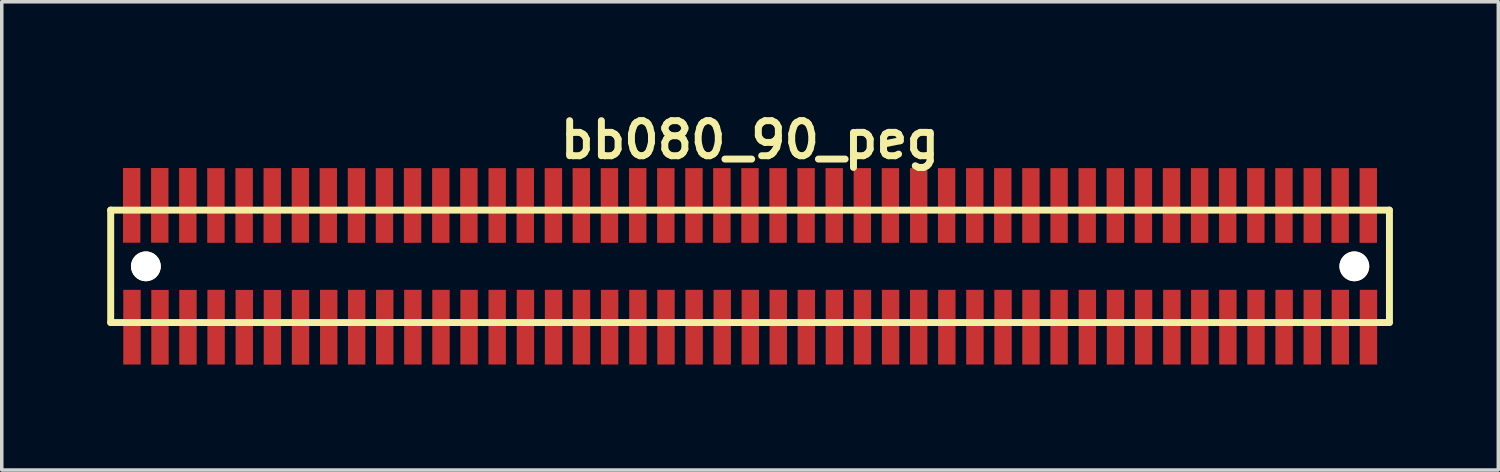
<source format=kicad_pcb>
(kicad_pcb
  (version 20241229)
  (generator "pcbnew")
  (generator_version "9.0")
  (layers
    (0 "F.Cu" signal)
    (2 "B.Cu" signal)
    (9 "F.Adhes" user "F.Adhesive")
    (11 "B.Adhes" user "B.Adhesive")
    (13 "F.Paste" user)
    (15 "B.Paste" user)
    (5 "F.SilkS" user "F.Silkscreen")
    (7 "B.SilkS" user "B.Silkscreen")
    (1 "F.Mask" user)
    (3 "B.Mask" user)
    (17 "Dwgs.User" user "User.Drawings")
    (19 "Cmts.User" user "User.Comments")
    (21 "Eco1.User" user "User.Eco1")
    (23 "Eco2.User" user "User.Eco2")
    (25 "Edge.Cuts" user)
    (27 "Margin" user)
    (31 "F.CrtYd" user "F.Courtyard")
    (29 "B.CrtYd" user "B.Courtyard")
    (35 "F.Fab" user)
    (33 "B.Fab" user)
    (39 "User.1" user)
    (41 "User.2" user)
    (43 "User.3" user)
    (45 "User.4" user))
  (footprint "bb080_90_peg"
    (layer "F.Cu")
    (at 18.298 4.531)
    (property "Reference" "bb080_90_peg" (at 0 -3.599 0) (layer "F.SilkS") (effects (font (size 0.998 0.998) (thickness 0.198))))
    (attr smd)
    (fp_line (start -18.199 -1.6) (end 18.199 -1.6) (stroke (width 0.198) (type solid)) (layer "F.SilkS"))
    (fp_line (start -18.197 -1.6) (end -18.197 1.6) (stroke (width 0.198) (type solid)) (layer "F.SilkS"))
    (fp_line (start 18.199 1.6) (end -18.199 1.6) (stroke (width 0.198) (type solid)) (layer "F.SilkS"))
    (fp_line (start 18.202 1.6) (end 18.202 -1.6) (stroke (width 0.198) (type solid)) (layer "F.SilkS"))
    (pad "" np_thru_hole circle (at -17.196 0) (size 0.848 0.848) (drill 0.848) (layers "*.Cu" "*.Mask" "F.SilkS"))
    (pad "" np_thru_hole circle (at 17.203 0) (size 0.848 0.848) (drill 0.848) (layers "*.Cu" "*.Mask" "F.SilkS"))
    (pad "1" smd rect (at -17.592 1.732) (size 0.495 2.126) (layers "F.Cu" "F.Mask" "F.Paste"))
    (pad "2" smd rect (at -17.6 -1.735) (size 0.495 2.126) (layers "F.Cu" "F.Mask" "F.Paste"))
    (pad "3" smd rect (at -16.794 1.735) (size 0.495 2.126) (layers "F.Cu" "F.Mask" "F.Paste"))
    (pad "4" smd rect (at -16.8 -1.735) (size 0.495 2.126) (layers "F.Cu" "F.Mask" "F.Paste"))
    (pad "5" smd rect (at -15.997 1.735) (size 0.495 2.126) (layers "F.Cu" "F.Mask" "F.Paste"))
    (pad "6" smd rect (at -16.002 -1.735) (size 0.495 2.126) (layers "F.Cu" "F.Mask" "F.Paste"))
    (pad "7" smd rect (at -15.197 1.732) (size 0.495 2.126) (layers "F.Cu" "F.Mask" "F.Paste"))
    (pad "8" smd rect (at -15.202 -1.732) (size 0.495 2.126) (layers "F.Cu" "F.Mask" "F.Paste"))
    (pad "9" smd rect (at -14.394 1.735) (size 0.495 2.126) (layers "F.Cu" "F.Mask" "F.Paste"))
    (pad "10" smd rect (at -14.399 -1.732) (size 0.495 2.126) (layers "F.Cu" "F.Mask" "F.Paste"))
    (pad "11" smd rect (at -13.594 1.735) (size 0.495 2.126) (layers "F.Cu" "F.Mask" "F.Paste"))
    (pad "12" smd rect (at -13.599 -1.732) (size 0.495 2.126) (layers "F.Cu" "F.Mask" "F.Paste"))
    (pad "13" smd rect (at -12.794 1.735) (size 0.495 2.126) (layers "F.Cu" "F.Mask" "F.Paste"))
    (pad "14" smd rect (at -12.797 -1.735) (size 0.495 2.126) (layers "F.Cu" "F.Mask" "F.Paste"))
    (pad "15" smd rect (at -11.991 1.732) (size 0.495 2.126) (layers "F.Cu" "F.Mask" "F.Paste"))
    (pad "16" smd rect (at -12.002 -1.732) (size 0.495 2.126) (layers "F.Cu" "F.Mask" "F.Paste"))
    (pad "17" smd rect (at -11.196 1.732) (size 0.495 2.126) (layers "F.Cu" "F.Mask" "F.Paste"))
    (pad "18" smd rect (at -11.201 -1.732) (size 0.495 2.126) (layers "F.Cu" "F.Mask" "F.Paste"))
    (pad "19" smd rect (at -10.396 1.732) (size 0.495 2.126) (layers "F.Cu" "F.Mask" "F.Paste"))
    (pad "20" smd rect (at -10.404 -1.732) (size 0.495 2.126) (layers "F.Cu" "F.Mask" "F.Paste"))
    (pad "21" smd rect (at -9.596 1.732) (size 0.495 2.126) (layers "F.Cu" "F.Mask" "F.Paste"))
    (pad "22" smd rect (at -9.604 -1.732) (size 0.495 2.126) (layers "F.Cu" "F.Mask" "F.Paste"))
    (pad "23" smd rect (at -8.796 1.732) (size 0.495 2.126) (layers "F.Cu" "F.Mask" "F.Paste"))
    (pad "24" smd rect (at -8.801 -1.732) (size 0.495 2.126) (layers "F.Cu" "F.Mask" "F.Paste"))
    (pad "25" smd rect (at -7.996 1.732) (size 0.495 2.126) (layers "F.Cu" "F.Mask" "F.Paste"))
    (pad "26" smd rect (at -8.001 -1.732) (size 0.495 2.126) (layers "F.Cu" "F.Mask" "F.Paste"))
    (pad "27" smd rect (at -7.196 1.732) (size 0.495 2.126) (layers "F.Cu" "F.Mask" "F.Paste"))
    (pad "28" smd rect (at -7.196 -1.732) (size 0.495 2.126) (layers "F.Cu" "F.Mask" "F.Paste"))
    (pad "29" smd rect (at -6.391 1.732) (size 0.495 2.126) (layers "F.Cu" "F.Mask" "F.Paste"))
    (pad "30" smd rect (at -6.396 -1.732) (size 0.495 2.126) (layers "F.Cu" "F.Mask" "F.Paste"))
    (pad "31" smd rect (at -5.591 1.732) (size 0.495 2.126) (layers "F.Cu" "F.Mask" "F.Paste"))
    (pad "32" smd rect (at -5.596 -1.732) (size 0.495 2.126) (layers "F.Cu" "F.Mask" "F.Paste"))
    (pad "33" smd rect (at -4.796 1.732) (size 0.495 2.126) (layers "F.Cu" "F.Mask" "F.Paste"))
    (pad "34" smd rect (at -4.801 -1.732) (size 0.495 2.126) (layers "F.Cu" "F.Mask" "F.Paste"))
    (pad "35" smd rect (at -3.995 1.732) (size 0.495 2.126) (layers "F.Cu" "F.Mask" "F.Paste"))
    (pad "36" smd rect (at -4 -1.732) (size 0.495 2.126) (layers "F.Cu" "F.Mask" "F.Paste"))
    (pad "37" smd rect (at -3.19 1.732) (size 0.495 2.126) (layers "F.Cu" "F.Mask" "F.Paste"))
    (pad "38" smd rect (at -3.195 -1.732) (size 0.495 2.126) (layers "F.Cu" "F.Mask" "F.Paste"))
    (pad "39" smd rect (at -2.39 1.732) (size 0.495 2.126) (layers "F.Cu" "F.Mask" "F.Paste"))
    (pad "40" smd rect (at -2.395 -1.732) (size 0.495 2.126) (layers "F.Cu" "F.Mask" "F.Paste"))
    (pad "41" smd rect (at -1.59 1.732) (size 0.495 2.126) (layers "F.Cu" "F.Mask" "F.Paste"))
    (pad "42" smd rect (at -1.595 -1.732) (size 0.495 2.126) (layers "F.Cu" "F.Mask" "F.Paste"))
    (pad "43" smd rect (at -0.79 1.732) (size 0.495 2.126) (layers "F.Cu" "F.Mask" "F.Paste"))
    (pad "44" smd rect (at -0.8 -1.732) (size 0.495 2.126) (layers "F.Cu" "F.Mask" "F.Paste"))
    (pad "45" smd rect (at 0.01 1.732) (size 0.495 2.126) (layers "F.Cu" "F.Mask" "F.Paste"))
    (pad "46" smd rect (at 0 -1.732) (size 0.495 2.126) (layers "F.Cu" "F.Mask" "F.Paste"))
    (pad "47" smd rect (at 0.805 1.732) (size 0.495 2.126) (layers "F.Cu" "F.Mask" "F.Paste"))
    (pad "48" smd rect (at 0.8 -1.732) (size 0.495 2.126) (layers "F.Cu" "F.Mask" "F.Paste"))
    (pad "49" smd rect (at 1.605 1.732) (size 0.495 2.126) (layers "F.Cu" "F.Mask" "F.Paste"))
    (pad "50" smd rect (at 1.598 -1.732) (size 0.495 2.126) (layers "F.Cu" "F.Mask" "F.Paste"))
    (pad "51" smd rect (at 2.403 1.732) (size 0.495 2.126) (layers "F.Cu" "F.Mask" "F.Paste"))
    (pad "52" smd rect (at 2.398 -1.732) (size 0.495 2.126) (layers "F.Cu" "F.Mask" "F.Paste"))
    (pad "53" smd rect (at 3.203 1.732) (size 0.495 2.126) (layers "F.Cu" "F.Mask" "F.Paste"))
    (pad "54" smd rect (at 3.198 -1.732) (size 0.495 2.126) (layers "F.Cu" "F.Mask" "F.Paste"))
    (pad "55" smd rect (at 4.003 1.732) (size 0.495 2.126) (layers "F.Cu" "F.Mask" "F.Paste"))
    (pad "56" smd rect (at 3.998 -1.732) (size 0.495 2.126) (layers "F.Cu" "F.Mask" "F.Paste"))
    (pad "57" smd rect (at 4.803 1.732) (size 0.495 2.126) (layers "F.Cu" "F.Mask" "F.Paste"))
    (pad "58" smd rect (at 4.803 -1.732) (size 0.495 2.126) (layers "F.Cu" "F.Mask" "F.Paste"))
    (pad "59" smd rect (at 5.603 1.732) (size 0.495 2.126) (layers "F.Cu" "F.Mask" "F.Paste"))
    (pad "60" smd rect (at 5.598 -1.732) (size 0.495 2.126) (layers "F.Cu" "F.Mask" "F.Paste"))
    (pad "61" smd rect (at 6.403 1.732) (size 0.495 2.126) (layers "F.Cu" "F.Mask" "F.Paste"))
    (pad "62" smd rect (at 6.398 -1.732) (size 0.495 2.126) (layers "F.Cu" "F.Mask" "F.Paste"))
    (pad "63" smd rect (at 7.203 1.732) (size 0.495 2.126) (layers "F.Cu" "F.Mask" "F.Paste"))
    (pad "64" smd rect (at 7.196 -1.732) (size 0.495 2.126) (layers "F.Cu" "F.Mask" "F.Paste"))
    (pad "65" smd rect (at 7.998 1.732) (size 0.495 2.126) (layers "F.Cu" "F.Mask" "F.Paste"))
    (pad "66" smd rect (at 7.996 -1.732) (size 0.495 2.126) (layers "F.Cu" "F.Mask" "F.Paste"))
    (pad "67" smd rect (at 8.799 1.732) (size 0.495 2.126) (layers "F.Cu" "F.Mask" "F.Paste"))
    (pad "68" smd rect (at 8.799 -1.732) (size 0.495 2.126) (layers "F.Cu" "F.Mask" "F.Paste"))
    (pad "69" smd rect (at 9.604 1.732) (size 0.495 2.126) (layers "F.Cu" "F.Mask" "F.Paste"))
    (pad "70" smd rect (at 9.599 -1.732) (size 0.495 2.126) (layers "F.Cu" "F.Mask" "F.Paste"))
    (pad "71" smd rect (at 10.404 1.732) (size 0.495 2.126) (layers "F.Cu" "F.Mask" "F.Paste"))
    (pad "72" smd rect (at 10.399 -1.732) (size 0.495 2.126) (layers "F.Cu" "F.Mask" "F.Paste"))
    (pad "73" smd rect (at 11.204 1.732) (size 0.495 2.126) (layers "F.Cu" "F.Mask" "F.Paste"))
    (pad "74" smd rect (at 11.199 -1.732) (size 0.495 2.126) (layers "F.Cu" "F.Mask" "F.Paste"))
    (pad "75" smd rect (at 12.009 1.732) (size 0.495 2.126) (layers "F.Cu" "F.Mask" "F.Paste"))
    (pad "76" smd rect (at 11.999 -1.732) (size 0.495 2.126) (layers "F.Cu" "F.Mask" "F.Paste"))
    (pad "77" smd rect (at 12.804 1.732) (size 0.495 2.126) (layers "F.Cu" "F.Mask" "F.Paste"))
    (pad "78" smd rect (at 12.799 -1.732) (size 0.495 2.126) (layers "F.Cu" "F.Mask" "F.Paste"))
    (pad "79" smd rect (at 13.604 1.732) (size 0.495 2.126) (layers "F.Cu" "F.Mask" "F.Paste"))
    (pad "80" smd rect (at 13.599 -1.732) (size 0.495 2.126) (layers "F.Cu" "F.Mask" "F.Paste"))
    (pad "81" smd rect (at 14.404 1.732) (size 0.495 2.126) (layers "F.Cu" "F.Mask" "F.Paste"))
    (pad "82" smd rect (at 14.399 -1.732) (size 0.495 2.126) (layers "F.Cu" "F.Mask" "F.Paste"))
    (pad "83" smd rect (at 15.204 1.732) (size 0.495 2.126) (layers "F.Cu" "F.Mask" "F.Paste"))
    (pad "84" smd rect (at 15.199 -1.732) (size 0.495 2.126) (layers "F.Cu" "F.Mask" "F.Paste"))
    (pad "85" smd rect (at 16.005 1.732) (size 0.495 2.126) (layers "F.Cu" "F.Mask" "F.Paste"))
    (pad "86" smd rect (at 16.005 -1.732) (size 0.495 2.126) (layers "F.Cu" "F.Mask" "F.Paste"))
    (pad "87" smd rect (at 16.805 1.732) (size 0.495 2.126) (layers "F.Cu" "F.Mask" "F.Paste"))
    (pad "88" smd rect (at 16.8 -1.732) (size 0.495 2.126) (layers "F.Cu" "F.Mask" "F.Paste"))
    (pad "89" smd rect (at 17.605 1.732) (size 0.495 2.126) (layers "F.Cu" "F.Mask" "F.Paste"))
    (pad "90" smd rect (at 17.6 -1.732) (size 0.495 2.126) (layers "F.Cu" "F.Mask" "F.Paste")))
  (gr_rect
    (start -3 -3)
    (end 39.599 10.329)
    (stroke (width 0.1) (type default))
    (fill no)
    (layer "Edge.Cuts")))
</source>
